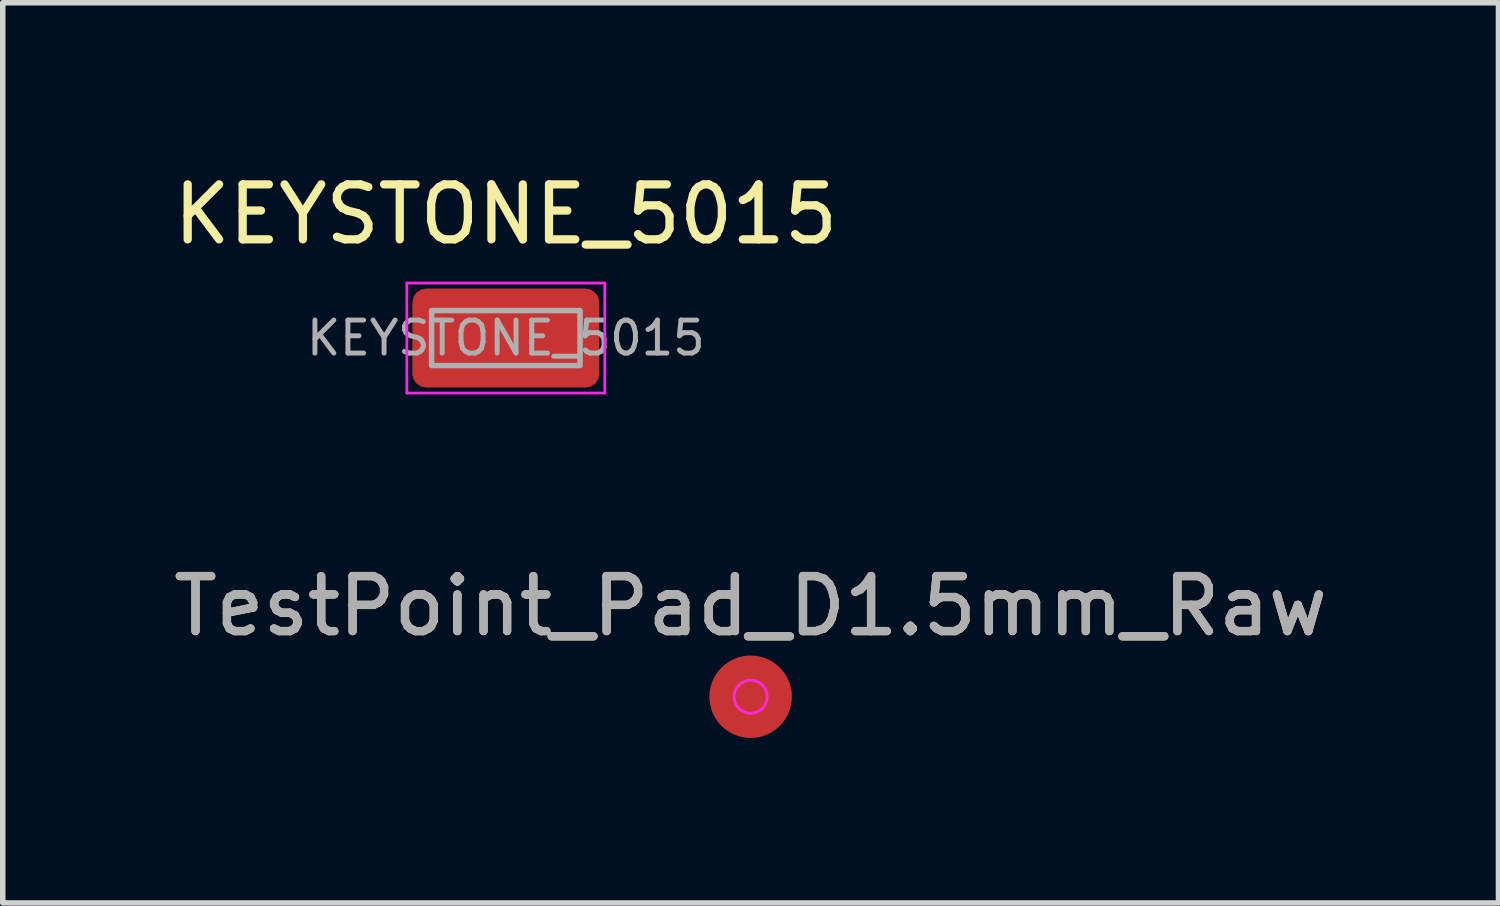
<source format=kicad_pcb>
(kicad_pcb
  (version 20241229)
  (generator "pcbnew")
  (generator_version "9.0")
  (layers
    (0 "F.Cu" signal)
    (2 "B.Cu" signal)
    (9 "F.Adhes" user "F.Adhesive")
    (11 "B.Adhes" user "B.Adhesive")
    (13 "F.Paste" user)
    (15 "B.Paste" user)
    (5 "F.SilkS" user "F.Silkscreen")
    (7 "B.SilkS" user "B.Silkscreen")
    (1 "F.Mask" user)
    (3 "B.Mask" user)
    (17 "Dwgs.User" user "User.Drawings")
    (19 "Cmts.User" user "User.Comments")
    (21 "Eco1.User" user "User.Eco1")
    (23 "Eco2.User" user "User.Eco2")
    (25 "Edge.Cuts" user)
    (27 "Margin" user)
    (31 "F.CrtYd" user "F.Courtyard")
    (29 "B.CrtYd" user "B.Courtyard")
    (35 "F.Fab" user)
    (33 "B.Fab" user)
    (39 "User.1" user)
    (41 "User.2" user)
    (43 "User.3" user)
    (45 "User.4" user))
  (footprint "KEYSTONE_5015"
    (layer "F.Cu")
    (at 6.149 3.098)
    (property "Reference" "KEYSTONE_5015" (at 0 -2.25 0) (layer "F.SilkS") (effects (font (size 1 1) (thickness 0.15))))
    (attr smd)
    (fp_line (start -1.8 -1) (end 1.8 -1) (stroke (width 0.05) (type solid)) (layer "F.CrtYd"))
    (fp_line (start -1.8 1) (end -1.8 -1) (stroke (width 0.05) (type solid)) (layer "F.CrtYd"))
    (fp_line (start 1.8 -1) (end 1.8 1) (stroke (width 0.05) (type solid)) (layer "F.CrtYd"))
    (fp_line (start 1.8 1) (end -1.8 1) (stroke (width 0.05) (type solid)) (layer "F.CrtYd"))
    (fp_rect (start -1.35 -0.5) (end 1.35 0.5) (stroke (width 0.1) (type default)) (fill no) (layer "F.Fab"))
    (fp_text user "${REFERENCE}" (at 0 0 0) (layer "F.Fab") (effects (font (size 0.6 0.6) (thickness 0.09))))
    (pad "1" smd roundrect (at 0 0) (size 3.4 1.8) (layers "F.Cu" "F.Mask" "F.Paste") (roundrect_rratio 0.139)))
  (footprint "TestPoint_Pad_D1.5mm_Raw"
    (layer "F.Cu")
    (at 10.601 9.621)
    (property "Reference" "TestPoint_Pad_D1.5mm_Raw" (at 0 -1.648 0) (layer "F.SilkS") (effects (font (size 1 1) (thickness 0.15))))
    (attr exclude_from_pos_files exclude_from_bom)
    (fp_circle (center 0 0) (end 0.3 0) (stroke (width 0.05) (type solid)) (fill no) (layer "F.CrtYd"))
    (fp_text user "${REFERENCE}" (at 0 -1.65 0) (layer "F.Fab") (effects (font (size 1 1) (thickness 0.15))))
    (pad "1" smd circle (at 0 0) (size 1.5 1.5) (layers "F.Cu" "F.Mask")))
  (gr_rect
    (start -3 -3)
    (end 24.202 13.371)
    (stroke (width 0.1) (type default))
    (fill no)
    (layer "Edge.Cuts")))
</source>
